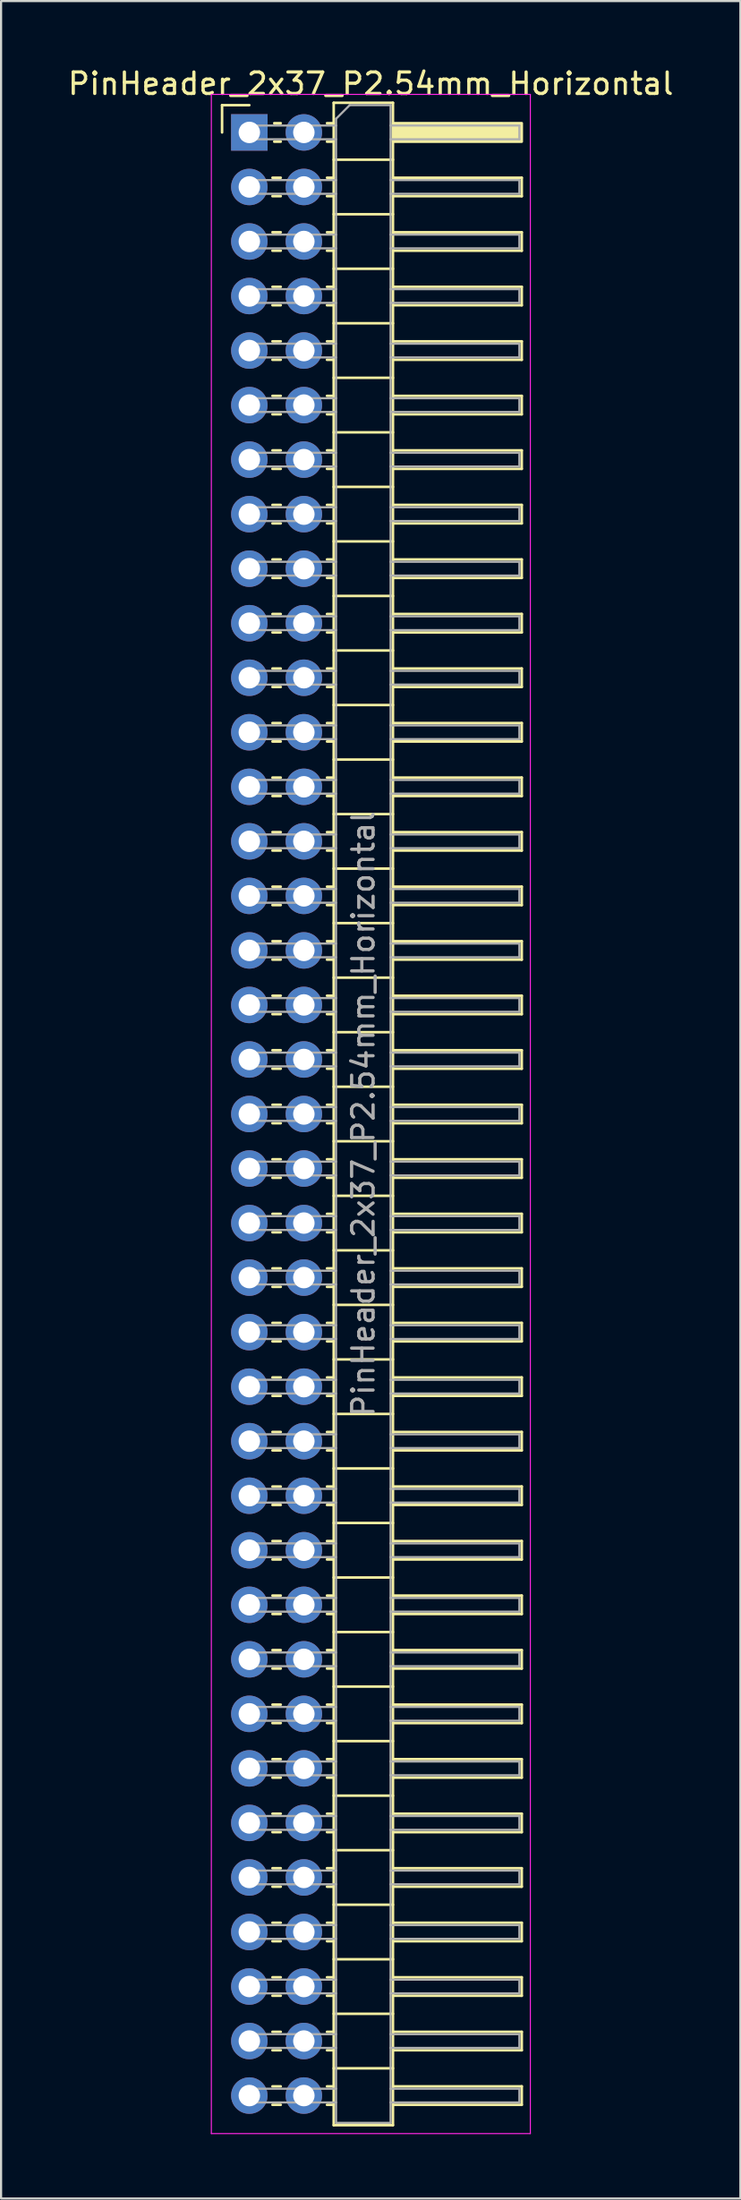
<source format=kicad_pcb>
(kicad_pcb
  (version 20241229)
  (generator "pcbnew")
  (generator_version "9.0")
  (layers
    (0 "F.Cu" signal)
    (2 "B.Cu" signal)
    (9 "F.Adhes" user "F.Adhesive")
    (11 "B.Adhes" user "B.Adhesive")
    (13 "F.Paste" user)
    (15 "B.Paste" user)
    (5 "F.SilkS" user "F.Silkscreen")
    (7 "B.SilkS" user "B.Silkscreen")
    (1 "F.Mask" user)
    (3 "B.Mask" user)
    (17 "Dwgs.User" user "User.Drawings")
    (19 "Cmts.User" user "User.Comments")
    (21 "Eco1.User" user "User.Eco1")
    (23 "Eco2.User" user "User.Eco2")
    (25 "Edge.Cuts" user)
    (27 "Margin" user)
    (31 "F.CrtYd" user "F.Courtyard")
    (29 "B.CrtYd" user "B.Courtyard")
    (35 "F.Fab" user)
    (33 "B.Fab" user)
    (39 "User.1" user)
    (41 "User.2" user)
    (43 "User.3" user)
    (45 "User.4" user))
  (footprint "PinHeader_2x37_P2.54mm_Horizontal"
    (layer "F.Cu")
    (at 8.565 3.118)
    (property "Reference" "PinHeader_2x37_P2.54mm_Horizontal" (at 5.655 -2.27 0) (layer "F.SilkS") (effects (font (size 1 1) (thickness 0.15))))
    (attr through_hole)
    (fp_line (start -1.27 -1.27) (end 0 -1.27) (stroke (width 0.12) (type solid)) (layer "F.SilkS"))
    (fp_line (start -1.27 0) (end -1.27 -1.27) (stroke (width 0.12) (type solid)) (layer "F.SilkS"))
    (fp_line (start 1.077 2.11) (end 1.463 2.11) (stroke (width 0.12) (type solid)) (layer "F.SilkS"))
    (fp_line (start 1.077 2.97) (end 1.463 2.97) (stroke (width 0.12) (type solid)) (layer "F.SilkS"))
    (fp_line (start 1.077 4.65) (end 1.463 4.65) (stroke (width 0.12) (type solid)) (layer "F.SilkS"))
    (fp_line (start 1.077 5.51) (end 1.463 5.51) (stroke (width 0.12) (type solid)) (layer "F.SilkS"))
    (fp_line (start 1.077 7.19) (end 1.463 7.19) (stroke (width 0.12) (type solid)) (layer "F.SilkS"))
    (fp_line (start 1.077 8.05) (end 1.463 8.05) (stroke (width 0.12) (type solid)) (layer "F.SilkS"))
    (fp_line (start 1.077 9.73) (end 1.463 9.73) (stroke (width 0.12) (type solid)) (layer "F.SilkS"))
    (fp_line (start 1.077 10.59) (end 1.463 10.59) (stroke (width 0.12) (type solid)) (layer "F.SilkS"))
    (fp_line (start 1.077 12.27) (end 1.463 12.27) (stroke (width 0.12) (type solid)) (layer "F.SilkS"))
    (fp_line (start 1.077 13.13) (end 1.463 13.13) (stroke (width 0.12) (type solid)) (layer "F.SilkS"))
    (fp_line (start 1.077 14.81) (end 1.463 14.81) (stroke (width 0.12) (type solid)) (layer "F.SilkS"))
    (fp_line (start 1.077 15.67) (end 1.463 15.67) (stroke (width 0.12) (type solid)) (layer "F.SilkS"))
    (fp_line (start 1.077 17.35) (end 1.463 17.35) (stroke (width 0.12) (type solid)) (layer "F.SilkS"))
    (fp_line (start 1.077 18.21) (end 1.463 18.21) (stroke (width 0.12) (type solid)) (layer "F.SilkS"))
    (fp_line (start 1.077 19.89) (end 1.463 19.89) (stroke (width 0.12) (type solid)) (layer "F.SilkS"))
    (fp_line (start 1.077 20.75) (end 1.463 20.75) (stroke (width 0.12) (type solid)) (layer "F.SilkS"))
    (fp_line (start 1.077 22.43) (end 1.463 22.43) (stroke (width 0.12) (type solid)) (layer "F.SilkS"))
    (fp_line (start 1.077 23.29) (end 1.463 23.29) (stroke (width 0.12) (type solid)) (layer "F.SilkS"))
    (fp_line (start 1.077 24.97) (end 1.463 24.97) (stroke (width 0.12) (type solid)) (layer "F.SilkS"))
    (fp_line (start 1.077 25.83) (end 1.463 25.83) (stroke (width 0.12) (type solid)) (layer "F.SilkS"))
    (fp_line (start 1.077 27.51) (end 1.463 27.51) (stroke (width 0.12) (type solid)) (layer "F.SilkS"))
    (fp_line (start 1.077 28.37) (end 1.463 28.37) (stroke (width 0.12) (type solid)) (layer "F.SilkS"))
    (fp_line (start 1.077 30.05) (end 1.463 30.05) (stroke (width 0.12) (type solid)) (layer "F.SilkS"))
    (fp_line (start 1.077 30.91) (end 1.463 30.91) (stroke (width 0.12) (type solid)) (layer "F.SilkS"))
    (fp_line (start 1.077 32.59) (end 1.463 32.59) (stroke (width 0.12) (type solid)) (layer "F.SilkS"))
    (fp_line (start 1.077 33.45) (end 1.463 33.45) (stroke (width 0.12) (type solid)) (layer "F.SilkS"))
    (fp_line (start 1.077 35.13) (end 1.463 35.13) (stroke (width 0.12) (type solid)) (layer "F.SilkS"))
    (fp_line (start 1.077 35.99) (end 1.463 35.99) (stroke (width 0.12) (type solid)) (layer "F.SilkS"))
    (fp_line (start 1.077 37.67) (end 1.463 37.67) (stroke (width 0.12) (type solid)) (layer "F.SilkS"))
    (fp_line (start 1.077 38.53) (end 1.463 38.53) (stroke (width 0.12) (type solid)) (layer "F.SilkS"))
    (fp_line (start 1.077 40.21) (end 1.463 40.21) (stroke (width 0.12) (type solid)) (layer "F.SilkS"))
    (fp_line (start 1.077 41.07) (end 1.463 41.07) (stroke (width 0.12) (type solid)) (layer "F.SilkS"))
    (fp_line (start 1.077 42.75) (end 1.463 42.75) (stroke (width 0.12) (type solid)) (layer "F.SilkS"))
    (fp_line (start 1.077 43.61) (end 1.463 43.61) (stroke (width 0.12) (type solid)) (layer "F.SilkS"))
    (fp_line (start 1.077 45.29) (end 1.463 45.29) (stroke (width 0.12) (type solid)) (layer "F.SilkS"))
    (fp_line (start 1.077 46.15) (end 1.463 46.15) (stroke (width 0.12) (type solid)) (layer "F.SilkS"))
    (fp_line (start 1.077 47.83) (end 1.463 47.83) (stroke (width 0.12) (type solid)) (layer "F.SilkS"))
    (fp_line (start 1.077 48.69) (end 1.463 48.69) (stroke (width 0.12) (type solid)) (layer "F.SilkS"))
    (fp_line (start 1.077 50.37) (end 1.463 50.37) (stroke (width 0.12) (type solid)) (layer "F.SilkS"))
    (fp_line (start 1.077 51.23) (end 1.463 51.23) (stroke (width 0.12) (type solid)) (layer "F.SilkS"))
    (fp_line (start 1.077 52.91) (end 1.463 52.91) (stroke (width 0.12) (type solid)) (layer "F.SilkS"))
    (fp_line (start 1.077 53.77) (end 1.463 53.77) (stroke (width 0.12) (type solid)) (layer "F.SilkS"))
    (fp_line (start 1.077 55.45) (end 1.463 55.45) (stroke (width 0.12) (type solid)) (layer "F.SilkS"))
    (fp_line (start 1.077 56.31) (end 1.463 56.31) (stroke (width 0.12) (type solid)) (layer "F.SilkS"))
    (fp_line (start 1.077 57.99) (end 1.463 57.99) (stroke (width 0.12) (type solid)) (layer "F.SilkS"))
    (fp_line (start 1.077 58.85) (end 1.463 58.85) (stroke (width 0.12) (type solid)) (layer "F.SilkS"))
    (fp_line (start 1.077 60.53) (end 1.463 60.53) (stroke (width 0.12) (type solid)) (layer "F.SilkS"))
    (fp_line (start 1.077 61.39) (end 1.463 61.39) (stroke (width 0.12) (type solid)) (layer "F.SilkS"))
    (fp_line (start 1.077 63.07) (end 1.463 63.07) (stroke (width 0.12) (type solid)) (layer "F.SilkS"))
    (fp_line (start 1.077 63.93) (end 1.463 63.93) (stroke (width 0.12) (type solid)) (layer "F.SilkS"))
    (fp_line (start 1.077 65.61) (end 1.463 65.61) (stroke (width 0.12) (type solid)) (layer "F.SilkS"))
    (fp_line (start 1.077 66.47) (end 1.463 66.47) (stroke (width 0.12) (type solid)) (layer "F.SilkS"))
    (fp_line (start 1.077 68.15) (end 1.463 68.15) (stroke (width 0.12) (type solid)) (layer "F.SilkS"))
    (fp_line (start 1.077 69.01) (end 1.463 69.01) (stroke (width 0.12) (type solid)) (layer "F.SilkS"))
    (fp_line (start 1.077 70.69) (end 1.463 70.69) (stroke (width 0.12) (type solid)) (layer "F.SilkS"))
    (fp_line (start 1.077 71.55) (end 1.463 71.55) (stroke (width 0.12) (type solid)) (layer "F.SilkS"))
    (fp_line (start 1.077 73.23) (end 1.463 73.23) (stroke (width 0.12) (type solid)) (layer "F.SilkS"))
    (fp_line (start 1.077 74.09) (end 1.463 74.09) (stroke (width 0.12) (type solid)) (layer "F.SilkS"))
    (fp_line (start 1.077 75.77) (end 1.463 75.77) (stroke (width 0.12) (type solid)) (layer "F.SilkS"))
    (fp_line (start 1.077 76.63) (end 1.463 76.63) (stroke (width 0.12) (type solid)) (layer "F.SilkS"))
    (fp_line (start 1.077 78.31) (end 1.463 78.31) (stroke (width 0.12) (type solid)) (layer "F.SilkS"))
    (fp_line (start 1.077 79.17) (end 1.463 79.17) (stroke (width 0.12) (type solid)) (layer "F.SilkS"))
    (fp_line (start 1.077 80.85) (end 1.463 80.85) (stroke (width 0.12) (type solid)) (layer "F.SilkS"))
    (fp_line (start 1.077 81.71) (end 1.463 81.71) (stroke (width 0.12) (type solid)) (layer "F.SilkS"))
    (fp_line (start 1.077 83.39) (end 1.463 83.39) (stroke (width 0.12) (type solid)) (layer "F.SilkS"))
    (fp_line (start 1.077 84.25) (end 1.463 84.25) (stroke (width 0.12) (type solid)) (layer "F.SilkS"))
    (fp_line (start 1.077 85.93) (end 1.463 85.93) (stroke (width 0.12) (type solid)) (layer "F.SilkS"))
    (fp_line (start 1.077 86.79) (end 1.463 86.79) (stroke (width 0.12) (type solid)) (layer "F.SilkS"))
    (fp_line (start 1.077 88.47) (end 1.463 88.47) (stroke (width 0.12) (type solid)) (layer "F.SilkS"))
    (fp_line (start 1.077 89.33) (end 1.463 89.33) (stroke (width 0.12) (type solid)) (layer "F.SilkS"))
    (fp_line (start 1.077 91.01) (end 1.463 91.01) (stroke (width 0.12) (type solid)) (layer "F.SilkS"))
    (fp_line (start 1.077 91.87) (end 1.463 91.87) (stroke (width 0.12) (type solid)) (layer "F.SilkS"))
    (fp_line (start 1.16 -0.43) (end 1.463 -0.43) (stroke (width 0.12) (type solid)) (layer "F.SilkS"))
    (fp_line (start 1.16 0.43) (end 1.463 0.43) (stroke (width 0.12) (type solid)) (layer "F.SilkS"))
    (fp_line (start 3.617 -0.43) (end 3.93 -0.43) (stroke (width 0.12) (type solid)) (layer "F.SilkS"))
    (fp_line (start 3.617 0.43) (end 3.93 0.43) (stroke (width 0.12) (type solid)) (layer "F.SilkS"))
    (fp_line (start 3.617 2.11) (end 3.93 2.11) (stroke (width 0.12) (type solid)) (layer "F.SilkS"))
    (fp_line (start 3.617 2.97) (end 3.93 2.97) (stroke (width 0.12) (type solid)) (layer "F.SilkS"))
    (fp_line (start 3.617 4.65) (end 3.93 4.65) (stroke (width 0.12) (type solid)) (layer "F.SilkS"))
    (fp_line (start 3.617 5.51) (end 3.93 5.51) (stroke (width 0.12) (type solid)) (layer "F.SilkS"))
    (fp_line (start 3.617 7.19) (end 3.93 7.19) (stroke (width 0.12) (type solid)) (layer "F.SilkS"))
    (fp_line (start 3.617 8.05) (end 3.93 8.05) (stroke (width 0.12) (type solid)) (layer "F.SilkS"))
    (fp_line (start 3.617 9.73) (end 3.93 9.73) (stroke (width 0.12) (type solid)) (layer "F.SilkS"))
    (fp_line (start 3.617 10.59) (end 3.93 10.59) (stroke (width 0.12) (type solid)) (layer "F.SilkS"))
    (fp_line (start 3.617 12.27) (end 3.93 12.27) (stroke (width 0.12) (type solid)) (layer "F.SilkS"))
    (fp_line (start 3.617 13.13) (end 3.93 13.13) (stroke (width 0.12) (type solid)) (layer "F.SilkS"))
    (fp_line (start 3.617 14.81) (end 3.93 14.81) (stroke (width 0.12) (type solid)) (layer "F.SilkS"))
    (fp_line (start 3.617 15.67) (end 3.93 15.67) (stroke (width 0.12) (type solid)) (layer "F.SilkS"))
    (fp_line (start 3.617 17.35) (end 3.93 17.35) (stroke (width 0.12) (type solid)) (layer "F.SilkS"))
    (fp_line (start 3.617 18.21) (end 3.93 18.21) (stroke (width 0.12) (type solid)) (layer "F.SilkS"))
    (fp_line (start 3.617 19.89) (end 3.93 19.89) (stroke (width 0.12) (type solid)) (layer "F.SilkS"))
    (fp_line (start 3.617 20.75) (end 3.93 20.75) (stroke (width 0.12) (type solid)) (layer "F.SilkS"))
    (fp_line (start 3.617 22.43) (end 3.93 22.43) (stroke (width 0.12) (type solid)) (layer "F.SilkS"))
    (fp_line (start 3.617 23.29) (end 3.93 23.29) (stroke (width 0.12) (type solid)) (layer "F.SilkS"))
    (fp_line (start 3.617 24.97) (end 3.93 24.97) (stroke (width 0.12) (type solid)) (layer "F.SilkS"))
    (fp_line (start 3.617 25.83) (end 3.93 25.83) (stroke (width 0.12) (type solid)) (layer "F.SilkS"))
    (fp_line (start 3.617 27.51) (end 3.93 27.51) (stroke (width 0.12) (type solid)) (layer "F.SilkS"))
    (fp_line (start 3.617 28.37) (end 3.93 28.37) (stroke (width 0.12) (type solid)) (layer "F.SilkS"))
    (fp_line (start 3.617 30.05) (end 3.93 30.05) (stroke (width 0.12) (type solid)) (layer "F.SilkS"))
    (fp_line (start 3.617 30.91) (end 3.93 30.91) (stroke (width 0.12) (type solid)) (layer "F.SilkS"))
    (fp_line (start 3.617 32.59) (end 3.93 32.59) (stroke (width 0.12) (type solid)) (layer "F.SilkS"))
    (fp_line (start 3.617 33.45) (end 3.93 33.45) (stroke (width 0.12) (type solid)) (layer "F.SilkS"))
    (fp_line (start 3.617 35.13) (end 3.93 35.13) (stroke (width 0.12) (type solid)) (layer "F.SilkS"))
    (fp_line (start 3.617 35.99) (end 3.93 35.99) (stroke (width 0.12) (type solid)) (layer "F.SilkS"))
    (fp_line (start 3.617 37.67) (end 3.93 37.67) (stroke (width 0.12) (type solid)) (layer "F.SilkS"))
    (fp_line (start 3.617 38.53) (end 3.93 38.53) (stroke (width 0.12) (type solid)) (layer "F.SilkS"))
    (fp_line (start 3.617 40.21) (end 3.93 40.21) (stroke (width 0.12) (type solid)) (layer "F.SilkS"))
    (fp_line (start 3.617 41.07) (end 3.93 41.07) (stroke (width 0.12) (type solid)) (layer "F.SilkS"))
    (fp_line (start 3.617 42.75) (end 3.93 42.75) (stroke (width 0.12) (type solid)) (layer "F.SilkS"))
    (fp_line (start 3.617 43.61) (end 3.93 43.61) (stroke (width 0.12) (type solid)) (layer "F.SilkS"))
    (fp_line (start 3.617 45.29) (end 3.93 45.29) (stroke (width 0.12) (type solid)) (layer "F.SilkS"))
    (fp_line (start 3.617 46.15) (end 3.93 46.15) (stroke (width 0.12) (type solid)) (layer "F.SilkS"))
    (fp_line (start 3.617 47.83) (end 3.93 47.83) (stroke (width 0.12) (type solid)) (layer "F.SilkS"))
    (fp_line (start 3.617 48.69) (end 3.93 48.69) (stroke (width 0.12) (type solid)) (layer "F.SilkS"))
    (fp_line (start 3.617 50.37) (end 3.93 50.37) (stroke (width 0.12) (type solid)) (layer "F.SilkS"))
    (fp_line (start 3.617 51.23) (end 3.93 51.23) (stroke (width 0.12) (type solid)) (layer "F.SilkS"))
    (fp_line (start 3.617 52.91) (end 3.93 52.91) (stroke (width 0.12) (type solid)) (layer "F.SilkS"))
    (fp_line (start 3.617 53.77) (end 3.93 53.77) (stroke (width 0.12) (type solid)) (layer "F.SilkS"))
    (fp_line (start 3.617 55.45) (end 3.93 55.45) (stroke (width 0.12) (type solid)) (layer "F.SilkS"))
    (fp_line (start 3.617 56.31) (end 3.93 56.31) (stroke (width 0.12) (type solid)) (layer "F.SilkS"))
    (fp_line (start 3.617 57.99) (end 3.93 57.99) (stroke (width 0.12) (type solid)) (layer "F.SilkS"))
    (fp_line (start 3.617 58.85) (end 3.93 58.85) (stroke (width 0.12) (type solid)) (layer "F.SilkS"))
    (fp_line (start 3.617 60.53) (end 3.93 60.53) (stroke (width 0.12) (type solid)) (layer "F.SilkS"))
    (fp_line (start 3.617 61.39) (end 3.93 61.39) (stroke (width 0.12) (type solid)) (layer "F.SilkS"))
    (fp_line (start 3.617 63.07) (end 3.93 63.07) (stroke (width 0.12) (type solid)) (layer "F.SilkS"))
    (fp_line (start 3.617 63.93) (end 3.93 63.93) (stroke (width 0.12) (type solid)) (layer "F.SilkS"))
    (fp_line (start 3.617 65.61) (end 3.93 65.61) (stroke (width 0.12) (type solid)) (layer "F.SilkS"))
    (fp_line (start 3.617 66.47) (end 3.93 66.47) (stroke (width 0.12) (type solid)) (layer "F.SilkS"))
    (fp_line (start 3.617 68.15) (end 3.93 68.15) (stroke (width 0.12) (type solid)) (layer "F.SilkS"))
    (fp_line (start 3.617 69.01) (end 3.93 69.01) (stroke (width 0.12) (type solid)) (layer "F.SilkS"))
    (fp_line (start 3.617 70.69) (end 3.93 70.69) (stroke (width 0.12) (type solid)) (layer "F.SilkS"))
    (fp_line (start 3.617 71.55) (end 3.93 71.55) (stroke (width 0.12) (type solid)) (layer "F.SilkS"))
    (fp_line (start 3.617 73.23) (end 3.93 73.23) (stroke (width 0.12) (type solid)) (layer "F.SilkS"))
    (fp_line (start 3.617 74.09) (end 3.93 74.09) (stroke (width 0.12) (type solid)) (layer "F.SilkS"))
    (fp_line (start 3.617 75.77) (end 3.93 75.77) (stroke (width 0.12) (type solid)) (layer "F.SilkS"))
    (fp_line (start 3.617 76.63) (end 3.93 76.63) (stroke (width 0.12) (type solid)) (layer "F.SilkS"))
    (fp_line (start 3.617 78.31) (end 3.93 78.31) (stroke (width 0.12) (type solid)) (layer "F.SilkS"))
    (fp_line (start 3.617 79.17) (end 3.93 79.17) (stroke (width 0.12) (type solid)) (layer "F.SilkS"))
    (fp_line (start 3.617 80.85) (end 3.93 80.85) (stroke (width 0.12) (type solid)) (layer "F.SilkS"))
    (fp_line (start 3.617 81.71) (end 3.93 81.71) (stroke (width 0.12) (type solid)) (layer "F.SilkS"))
    (fp_line (start 3.617 83.39) (end 3.93 83.39) (stroke (width 0.12) (type solid)) (layer "F.SilkS"))
    (fp_line (start 3.617 84.25) (end 3.93 84.25) (stroke (width 0.12) (type solid)) (layer "F.SilkS"))
    (fp_line (start 3.617 85.93) (end 3.93 85.93) (stroke (width 0.12) (type solid)) (layer "F.SilkS"))
    (fp_line (start 3.617 86.79) (end 3.93 86.79) (stroke (width 0.12) (type solid)) (layer "F.SilkS"))
    (fp_line (start 3.617 88.47) (end 3.93 88.47) (stroke (width 0.12) (type solid)) (layer "F.SilkS"))
    (fp_line (start 3.617 89.33) (end 3.93 89.33) (stroke (width 0.12) (type solid)) (layer "F.SilkS"))
    (fp_line (start 3.617 91.01) (end 3.93 91.01) (stroke (width 0.12) (type solid)) (layer "F.SilkS"))
    (fp_line (start 3.617 91.87) (end 3.93 91.87) (stroke (width 0.12) (type solid)) (layer "F.SilkS"))
    (fp_line (start 3.93 -1.38) (end 3.93 92.82) (stroke (width 0.12) (type solid)) (layer "F.SilkS"))
    (fp_line (start 3.93 1.27) (end 6.69 1.27) (stroke (width 0.12) (type solid)) (layer "F.SilkS"))
    (fp_line (start 3.93 3.81) (end 6.69 3.81) (stroke (width 0.12) (type solid)) (layer "F.SilkS"))
    (fp_line (start 3.93 6.35) (end 6.69 6.35) (stroke (width 0.12) (type solid)) (layer "F.SilkS"))
    (fp_line (start 3.93 8.89) (end 6.69 8.89) (stroke (width 0.12) (type solid)) (layer "F.SilkS"))
    (fp_line (start 3.93 11.43) (end 6.69 11.43) (stroke (width 0.12) (type solid)) (layer "F.SilkS"))
    (fp_line (start 3.93 13.97) (end 6.69 13.97) (stroke (width 0.12) (type solid)) (layer "F.SilkS"))
    (fp_line (start 3.93 16.51) (end 6.69 16.51) (stroke (width 0.12) (type solid)) (layer "F.SilkS"))
    (fp_line (start 3.93 19.05) (end 6.69 19.05) (stroke (width 0.12) (type solid)) (layer "F.SilkS"))
    (fp_line (start 3.93 21.59) (end 6.69 21.59) (stroke (width 0.12) (type solid)) (layer "F.SilkS"))
    (fp_line (start 3.93 24.13) (end 6.69 24.13) (stroke (width 0.12) (type solid)) (layer "F.SilkS"))
    (fp_line (start 3.93 26.67) (end 6.69 26.67) (stroke (width 0.12) (type solid)) (layer "F.SilkS"))
    (fp_line (start 3.93 29.21) (end 6.69 29.21) (stroke (width 0.12) (type solid)) (layer "F.SilkS"))
    (fp_line (start 3.93 31.75) (end 6.69 31.75) (stroke (width 0.12) (type solid)) (layer "F.SilkS"))
    (fp_line (start 3.93 34.29) (end 6.69 34.29) (stroke (width 0.12) (type solid)) (layer "F.SilkS"))
    (fp_line (start 3.93 36.83) (end 6.69 36.83) (stroke (width 0.12) (type solid)) (layer "F.SilkS"))
    (fp_line (start 3.93 39.37) (end 6.69 39.37) (stroke (width 0.12) (type solid)) (layer "F.SilkS"))
    (fp_line (start 3.93 41.91) (end 6.69 41.91) (stroke (width 0.12) (type solid)) (layer "F.SilkS"))
    (fp_line (start 3.93 44.45) (end 6.69 44.45) (stroke (width 0.12) (type solid)) (layer "F.SilkS"))
    (fp_line (start 3.93 46.99) (end 6.69 46.99) (stroke (width 0.12) (type solid)) (layer "F.SilkS"))
    (fp_line (start 3.93 49.53) (end 6.69 49.53) (stroke (width 0.12) (type solid)) (layer "F.SilkS"))
    (fp_line (start 3.93 52.07) (end 6.69 52.07) (stroke (width 0.12) (type solid)) (layer "F.SilkS"))
    (fp_line (start 3.93 54.61) (end 6.69 54.61) (stroke (width 0.12) (type solid)) (layer "F.SilkS"))
    (fp_line (start 3.93 57.15) (end 6.69 57.15) (stroke (width 0.12) (type solid)) (layer "F.SilkS"))
    (fp_line (start 3.93 59.69) (end 6.69 59.69) (stroke (width 0.12) (type solid)) (layer "F.SilkS"))
    (fp_line (start 3.93 62.23) (end 6.69 62.23) (stroke (width 0.12) (type solid)) (layer "F.SilkS"))
    (fp_line (start 3.93 64.77) (end 6.69 64.77) (stroke (width 0.12) (type solid)) (layer "F.SilkS"))
    (fp_line (start 3.93 67.31) (end 6.69 67.31) (stroke (width 0.12) (type solid)) (layer "F.SilkS"))
    (fp_line (start 3.93 69.85) (end 6.69 69.85) (stroke (width 0.12) (type solid)) (layer "F.SilkS"))
    (fp_line (start 3.93 72.39) (end 6.69 72.39) (stroke (width 0.12) (type solid)) (layer "F.SilkS"))
    (fp_line (start 3.93 74.93) (end 6.69 74.93) (stroke (width 0.12) (type solid)) (layer "F.SilkS"))
    (fp_line (start 3.93 77.47) (end 6.69 77.47) (stroke (width 0.12) (type solid)) (layer "F.SilkS"))
    (fp_line (start 3.93 80.01) (end 6.69 80.01) (stroke (width 0.12) (type solid)) (layer "F.SilkS"))
    (fp_line (start 3.93 82.55) (end 6.69 82.55) (stroke (width 0.12) (type solid)) (layer "F.SilkS"))
    (fp_line (start 3.93 85.09) (end 6.69 85.09) (stroke (width 0.12) (type solid)) (layer "F.SilkS"))
    (fp_line (start 3.93 87.63) (end 6.69 87.63) (stroke (width 0.12) (type solid)) (layer "F.SilkS"))
    (fp_line (start 3.93 90.17) (end 6.69 90.17) (stroke (width 0.12) (type solid)) (layer "F.SilkS"))
    (fp_line (start 3.93 92.82) (end 6.69 92.82) (stroke (width 0.12) (type solid)) (layer "F.SilkS"))
    (fp_line (start 6.69 -1.38) (end 3.93 -1.38) (stroke (width 0.12) (type solid)) (layer "F.SilkS"))
    (fp_line (start 6.69 2.11) (end 12.69 2.11) (stroke (width 0.12) (type solid)) (layer "F.SilkS"))
    (fp_line (start 6.69 4.65) (end 12.69 4.65) (stroke (width 0.12) (type solid)) (layer "F.SilkS"))
    (fp_line (start 6.69 7.19) (end 12.69 7.19) (stroke (width 0.12) (type solid)) (layer "F.SilkS"))
    (fp_line (start 6.69 9.73) (end 12.69 9.73) (stroke (width 0.12) (type solid)) (layer "F.SilkS"))
    (fp_line (start 6.69 12.27) (end 12.69 12.27) (stroke (width 0.12) (type solid)) (layer "F.SilkS"))
    (fp_line (start 6.69 14.81) (end 12.69 14.81) (stroke (width 0.12) (type solid)) (layer "F.SilkS"))
    (fp_line (start 6.69 17.35) (end 12.69 17.35) (stroke (width 0.12) (type solid)) (layer "F.SilkS"))
    (fp_line (start 6.69 19.89) (end 12.69 19.89) (stroke (width 0.12) (type solid)) (layer "F.SilkS"))
    (fp_line (start 6.69 22.43) (end 12.69 22.43) (stroke (width 0.12) (type solid)) (layer "F.SilkS"))
    (fp_line (start 6.69 24.97) (end 12.69 24.97) (stroke (width 0.12) (type solid)) (layer "F.SilkS"))
    (fp_line (start 6.69 27.51) (end 12.69 27.51) (stroke (width 0.12) (type solid)) (layer "F.SilkS"))
    (fp_line (start 6.69 30.05) (end 12.69 30.05) (stroke (width 0.12) (type solid)) (layer "F.SilkS"))
    (fp_line (start 6.69 32.59) (end 12.69 32.59) (stroke (width 0.12) (type solid)) (layer "F.SilkS"))
    (fp_line (start 6.69 35.13) (end 12.69 35.13) (stroke (width 0.12) (type solid)) (layer "F.SilkS"))
    (fp_line (start 6.69 37.67) (end 12.69 37.67) (stroke (width 0.12) (type solid)) (layer "F.SilkS"))
    (fp_line (start 6.69 40.21) (end 12.69 40.21) (stroke (width 0.12) (type solid)) (layer "F.SilkS"))
    (fp_line (start 6.69 42.75) (end 12.69 42.75) (stroke (width 0.12) (type solid)) (layer "F.SilkS"))
    (fp_line (start 6.69 45.29) (end 12.69 45.29) (stroke (width 0.12) (type solid)) (layer "F.SilkS"))
    (fp_line (start 6.69 47.83) (end 12.69 47.83) (stroke (width 0.12) (type solid)) (layer "F.SilkS"))
    (fp_line (start 6.69 50.37) (end 12.69 50.37) (stroke (width 0.12) (type solid)) (layer "F.SilkS"))
    (fp_line (start 6.69 52.91) (end 12.69 52.91) (stroke (width 0.12) (type solid)) (layer "F.SilkS"))
    (fp_line (start 6.69 55.45) (end 12.69 55.45) (stroke (width 0.12) (type solid)) (layer "F.SilkS"))
    (fp_line (start 6.69 57.99) (end 12.69 57.99) (stroke (width 0.12) (type solid)) (layer "F.SilkS"))
    (fp_line (start 6.69 60.53) (end 12.69 60.53) (stroke (width 0.12) (type solid)) (layer "F.SilkS"))
    (fp_line (start 6.69 63.07) (end 12.69 63.07) (stroke (width 0.12) (type solid)) (layer "F.SilkS"))
    (fp_line (start 6.69 65.61) (end 12.69 65.61) (stroke (width 0.12) (type solid)) (layer "F.SilkS"))
    (fp_line (start 6.69 68.15) (end 12.69 68.15) (stroke (width 0.12) (type solid)) (layer "F.SilkS"))
    (fp_line (start 6.69 70.69) (end 12.69 70.69) (stroke (width 0.12) (type solid)) (layer "F.SilkS"))
    (fp_line (start 6.69 73.23) (end 12.69 73.23) (stroke (width 0.12) (type solid)) (layer "F.SilkS"))
    (fp_line (start 6.69 75.77) (end 12.69 75.77) (stroke (width 0.12) (type solid)) (layer "F.SilkS"))
    (fp_line (start 6.69 78.31) (end 12.69 78.31) (stroke (width 0.12) (type solid)) (layer "F.SilkS"))
    (fp_line (start 6.69 80.85) (end 12.69 80.85) (stroke (width 0.12) (type solid)) (layer "F.SilkS"))
    (fp_line (start 6.69 83.39) (end 12.69 83.39) (stroke (width 0.12) (type solid)) (layer "F.SilkS"))
    (fp_line (start 6.69 85.93) (end 12.69 85.93) (stroke (width 0.12) (type solid)) (layer "F.SilkS"))
    (fp_line (start 6.69 88.47) (end 12.69 88.47) (stroke (width 0.12) (type solid)) (layer "F.SilkS"))
    (fp_line (start 6.69 91.01) (end 12.69 91.01) (stroke (width 0.12) (type solid)) (layer "F.SilkS"))
    (fp_line (start 6.69 92.82) (end 6.69 -1.38) (stroke (width 0.12) (type solid)) (layer "F.SilkS"))
    (fp_line (start 12.69 2.11) (end 12.69 2.97) (stroke (width 0.12) (type solid)) (layer "F.SilkS"))
    (fp_line (start 12.69 2.97) (end 6.69 2.97) (stroke (width 0.12) (type solid)) (layer "F.SilkS"))
    (fp_line (start 12.69 4.65) (end 12.69 5.51) (stroke (width 0.12) (type solid)) (layer "F.SilkS"))
    (fp_line (start 12.69 5.51) (end 6.69 5.51) (stroke (width 0.12) (type solid)) (layer "F.SilkS"))
    (fp_line (start 12.69 7.19) (end 12.69 8.05) (stroke (width 0.12) (type solid)) (layer "F.SilkS"))
    (fp_line (start 12.69 8.05) (end 6.69 8.05) (stroke (width 0.12) (type solid)) (layer "F.SilkS"))
    (fp_line (start 12.69 9.73) (end 12.69 10.59) (stroke (width 0.12) (type solid)) (layer "F.SilkS"))
    (fp_line (start 12.69 10.59) (end 6.69 10.59) (stroke (width 0.12) (type solid)) (layer "F.SilkS"))
    (fp_line (start 12.69 12.27) (end 12.69 13.13) (stroke (width 0.12) (type solid)) (layer "F.SilkS"))
    (fp_line (start 12.69 13.13) (end 6.69 13.13) (stroke (width 0.12) (type solid)) (layer "F.SilkS"))
    (fp_line (start 12.69 14.81) (end 12.69 15.67) (stroke (width 0.12) (type solid)) (layer "F.SilkS"))
    (fp_line (start 12.69 15.67) (end 6.69 15.67) (stroke (width 0.12) (type solid)) (layer "F.SilkS"))
    (fp_line (start 12.69 17.35) (end 12.69 18.21) (stroke (width 0.12) (type solid)) (layer "F.SilkS"))
    (fp_line (start 12.69 18.21) (end 6.69 18.21) (stroke (width 0.12) (type solid)) (layer "F.SilkS"))
    (fp_line (start 12.69 19.89) (end 12.69 20.75) (stroke (width 0.12) (type solid)) (layer "F.SilkS"))
    (fp_line (start 12.69 20.75) (end 6.69 20.75) (stroke (width 0.12) (type solid)) (layer "F.SilkS"))
    (fp_line (start 12.69 22.43) (end 12.69 23.29) (stroke (width 0.12) (type solid)) (layer "F.SilkS"))
    (fp_line (start 12.69 23.29) (end 6.69 23.29) (stroke (width 0.12) (type solid)) (layer "F.SilkS"))
    (fp_line (start 12.69 24.97) (end 12.69 25.83) (stroke (width 0.12) (type solid)) (layer "F.SilkS"))
    (fp_line (start 12.69 25.83) (end 6.69 25.83) (stroke (width 0.12) (type solid)) (layer "F.SilkS"))
    (fp_line (start 12.69 27.51) (end 12.69 28.37) (stroke (width 0.12) (type solid)) (layer "F.SilkS"))
    (fp_line (start 12.69 28.37) (end 6.69 28.37) (stroke (width 0.12) (type solid)) (layer "F.SilkS"))
    (fp_line (start 12.69 30.05) (end 12.69 30.91) (stroke (width 0.12) (type solid)) (layer "F.SilkS"))
    (fp_line (start 12.69 30.91) (end 6.69 30.91) (stroke (width 0.12) (type solid)) (layer "F.SilkS"))
    (fp_line (start 12.69 32.59) (end 12.69 33.45) (stroke (width 0.12) (type solid)) (layer "F.SilkS"))
    (fp_line (start 12.69 33.45) (end 6.69 33.45) (stroke (width 0.12) (type solid)) (layer "F.SilkS"))
    (fp_line (start 12.69 35.13) (end 12.69 35.99) (stroke (width 0.12) (type solid)) (layer "F.SilkS"))
    (fp_line (start 12.69 35.99) (end 6.69 35.99) (stroke (width 0.12) (type solid)) (layer "F.SilkS"))
    (fp_line (start 12.69 37.67) (end 12.69 38.53) (stroke (width 0.12) (type solid)) (layer "F.SilkS"))
    (fp_line (start 12.69 38.53) (end 6.69 38.53) (stroke (width 0.12) (type solid)) (layer "F.SilkS"))
    (fp_line (start 12.69 40.21) (end 12.69 41.07) (stroke (width 0.12) (type solid)) (layer "F.SilkS"))
    (fp_line (start 12.69 41.07) (end 6.69 41.07) (stroke (width 0.12) (type solid)) (layer "F.SilkS"))
    (fp_line (start 12.69 42.75) (end 12.69 43.61) (stroke (width 0.12) (type solid)) (layer "F.SilkS"))
    (fp_line (start 12.69 43.61) (end 6.69 43.61) (stroke (width 0.12) (type solid)) (layer "F.SilkS"))
    (fp_line (start 12.69 45.29) (end 12.69 46.15) (stroke (width 0.12) (type solid)) (layer "F.SilkS"))
    (fp_line (start 12.69 46.15) (end 6.69 46.15) (stroke (width 0.12) (type solid)) (layer "F.SilkS"))
    (fp_line (start 12.69 47.83) (end 12.69 48.69) (stroke (width 0.12) (type solid)) (layer "F.SilkS"))
    (fp_line (start 12.69 48.69) (end 6.69 48.69) (stroke (width 0.12) (type solid)) (layer "F.SilkS"))
    (fp_line (start 12.69 50.37) (end 12.69 51.23) (stroke (width 0.12) (type solid)) (layer "F.SilkS"))
    (fp_line (start 12.69 51.23) (end 6.69 51.23) (stroke (width 0.12) (type solid)) (layer "F.SilkS"))
    (fp_line (start 12.69 52.91) (end 12.69 53.77) (stroke (width 0.12) (type solid)) (layer "F.SilkS"))
    (fp_line (start 12.69 53.77) (end 6.69 53.77) (stroke (width 0.12) (type solid)) (layer "F.SilkS"))
    (fp_line (start 12.69 55.45) (end 12.69 56.31) (stroke (width 0.12) (type solid)) (layer "F.SilkS"))
    (fp_line (start 12.69 56.31) (end 6.69 56.31) (stroke (width 0.12) (type solid)) (layer "F.SilkS"))
    (fp_line (start 12.69 57.99) (end 12.69 58.85) (stroke (width 0.12) (type solid)) (layer "F.SilkS"))
    (fp_line (start 12.69 58.85) (end 6.69 58.85) (stroke (width 0.12) (type solid)) (layer "F.SilkS"))
    (fp_line (start 12.69 60.53) (end 12.69 61.39) (stroke (width 0.12) (type solid)) (layer "F.SilkS"))
    (fp_line (start 12.69 61.39) (end 6.69 61.39) (stroke (width 0.12) (type solid)) (layer "F.SilkS"))
    (fp_line (start 12.69 63.07) (end 12.69 63.93) (stroke (width 0.12) (type solid)) (layer "F.SilkS"))
    (fp_line (start 12.69 63.93) (end 6.69 63.93) (stroke (width 0.12) (type solid)) (layer "F.SilkS"))
    (fp_line (start 12.69 65.61) (end 12.69 66.47) (stroke (width 0.12) (type solid)) (layer "F.SilkS"))
    (fp_line (start 12.69 66.47) (end 6.69 66.47) (stroke (width 0.12) (type solid)) (layer "F.SilkS"))
    (fp_line (start 12.69 68.15) (end 12.69 69.01) (stroke (width 0.12) (type solid)) (layer "F.SilkS"))
    (fp_line (start 12.69 69.01) (end 6.69 69.01) (stroke (width 0.12) (type solid)) (layer "F.SilkS"))
    (fp_line (start 12.69 70.69) (end 12.69 71.55) (stroke (width 0.12) (type solid)) (layer "F.SilkS"))
    (fp_line (start 12.69 71.55) (end 6.69 71.55) (stroke (width 0.12) (type solid)) (layer "F.SilkS"))
    (fp_line (start 12.69 73.23) (end 12.69 74.09) (stroke (width 0.12) (type solid)) (layer "F.SilkS"))
    (fp_line (start 12.69 74.09) (end 6.69 74.09) (stroke (width 0.12) (type solid)) (layer "F.SilkS"))
    (fp_line (start 12.69 75.77) (end 12.69 76.63) (stroke (width 0.12) (type solid)) (layer "F.SilkS"))
    (fp_line (start 12.69 76.63) (end 6.69 76.63) (stroke (width 0.12) (type solid)) (layer "F.SilkS"))
    (fp_line (start 12.69 78.31) (end 12.69 79.17) (stroke (width 0.12) (type solid)) (layer "F.SilkS"))
    (fp_line (start 12.69 79.17) (end 6.69 79.17) (stroke (width 0.12) (type solid)) (layer "F.SilkS"))
    (fp_line (start 12.69 80.85) (end 12.69 81.71) (stroke (width 0.12) (type solid)) (layer "F.SilkS"))
    (fp_line (start 12.69 81.71) (end 6.69 81.71) (stroke (width 0.12) (type solid)) (layer "F.SilkS"))
    (fp_line (start 12.69 83.39) (end 12.69 84.25) (stroke (width 0.12) (type solid)) (layer "F.SilkS"))
    (fp_line (start 12.69 84.25) (end 6.69 84.25) (stroke (width 0.12) (type solid)) (layer "F.SilkS"))
    (fp_line (start 12.69 85.93) (end 12.69 86.79) (stroke (width 0.12) (type solid)) (layer "F.SilkS"))
    (fp_line (start 12.69 86.79) (end 6.69 86.79) (stroke (width 0.12) (type solid)) (layer "F.SilkS"))
    (fp_line (start 12.69 88.47) (end 12.69 89.33) (stroke (width 0.12) (type solid)) (layer "F.SilkS"))
    (fp_line (start 12.69 89.33) (end 6.69 89.33) (stroke (width 0.12) (type solid)) (layer "F.SilkS"))
    (fp_line (start 12.69 91.01) (end 12.69 91.87) (stroke (width 0.12) (type solid)) (layer "F.SilkS"))
    (fp_line (start 12.69 91.87) (end 6.69 91.87) (stroke (width 0.12) (type solid)) (layer "F.SilkS"))
    (fp_rect (start 6.69 -0.43) (end 12.69 0.43) (stroke (width 0.12) (type solid)) (fill yes) (layer "F.SilkS"))
    (fp_line (start -1.77 -1.77) (end -1.77 93.21) (stroke (width 0.05) (type solid)) (layer "F.CrtYd"))
    (fp_line (start -1.77 93.21) (end 13.09 93.21) (stroke (width 0.05) (type solid)) (layer "F.CrtYd"))
    (fp_line (start 13.09 -1.77) (end -1.77 -1.77) (stroke (width 0.05) (type solid)) (layer "F.CrtYd"))
    (fp_line (start 13.09 93.21) (end 13.09 -1.77) (stroke (width 0.05) (type solid)) (layer "F.CrtYd"))
    (fp_line (start -0.32 -0.32) (end -0.32 0.32) (stroke (width 0.1) (type solid)) (layer "F.Fab"))
    (fp_line (start -0.32 -0.32) (end 4.04 -0.32) (stroke (width 0.1) (type solid)) (layer "F.Fab"))
    (fp_line (start -0.32 0.32) (end 4.04 0.32) (stroke (width 0.1) (type solid)) (layer "F.Fab"))
    (fp_line (start -0.32 2.22) (end -0.32 2.86) (stroke (width 0.1) (type solid)) (layer "F.Fab"))
    (fp_line (start -0.32 2.22) (end 4.04 2.22) (stroke (width 0.1) (type solid)) (layer "F.Fab"))
    (fp_line (start -0.32 2.86) (end 4.04 2.86) (stroke (width 0.1) (type solid)) (layer "F.Fab"))
    (fp_line (start -0.32 4.76) (end -0.32 5.4) (stroke (width 0.1) (type solid)) (layer "F.Fab"))
    (fp_line (start -0.32 4.76) (end 4.04 4.76) (stroke (width 0.1) (type solid)) (layer "F.Fab"))
    (fp_line (start -0.32 5.4) (end 4.04 5.4) (stroke (width 0.1) (type solid)) (layer "F.Fab"))
    (fp_line (start -0.32 7.3) (end -0.32 7.94) (stroke (width 0.1) (type solid)) (layer "F.Fab"))
    (fp_line (start -0.32 7.3) (end 4.04 7.3) (stroke (width 0.1) (type solid)) (layer "F.Fab"))
    (fp_line (start -0.32 7.94) (end 4.04 7.94) (stroke (width 0.1) (type solid)) (layer "F.Fab"))
    (fp_line (start -0.32 9.84) (end -0.32 10.48) (stroke (width 0.1) (type solid)) (layer "F.Fab"))
    (fp_line (start -0.32 9.84) (end 4.04 9.84) (stroke (width 0.1) (type solid)) (layer "F.Fab"))
    (fp_line (start -0.32 10.48) (end 4.04 10.48) (stroke (width 0.1) (type solid)) (layer "F.Fab"))
    (fp_line (start -0.32 12.38) (end -0.32 13.02) (stroke (width 0.1) (type solid)) (layer "F.Fab"))
    (fp_line (start -0.32 12.38) (end 4.04 12.38) (stroke (width 0.1) (type solid)) (layer "F.Fab"))
    (fp_line (start -0.32 13.02) (end 4.04 13.02) (stroke (width 0.1) (type solid)) (layer "F.Fab"))
    (fp_line (start -0.32 14.92) (end -0.32 15.56) (stroke (width 0.1) (type solid)) (layer "F.Fab"))
    (fp_line (start -0.32 14.92) (end 4.04 14.92) (stroke (width 0.1) (type solid)) (layer "F.Fab"))
    (fp_line (start -0.32 15.56) (end 4.04 15.56) (stroke (width 0.1) (type solid)) (layer "F.Fab"))
    (fp_line (start -0.32 17.46) (end -0.32 18.1) (stroke (width 0.1) (type solid)) (layer "F.Fab"))
    (fp_line (start -0.32 17.46) (end 4.04 17.46) (stroke (width 0.1) (type solid)) (layer "F.Fab"))
    (fp_line (start -0.32 18.1) (end 4.04 18.1) (stroke (width 0.1) (type solid)) (layer "F.Fab"))
    (fp_line (start -0.32 20) (end -0.32 20.64) (stroke (width 0.1) (type solid)) (layer "F.Fab"))
    (fp_line (start -0.32 20) (end 4.04 20) (stroke (width 0.1) (type solid)) (layer "F.Fab"))
    (fp_line (start -0.32 20.64) (end 4.04 20.64) (stroke (width 0.1) (type solid)) (layer "F.Fab"))
    (fp_line (start -0.32 22.54) (end -0.32 23.18) (stroke (width 0.1) (type solid)) (layer "F.Fab"))
    (fp_line (start -0.32 22.54) (end 4.04 22.54) (stroke (width 0.1) (type solid)) (layer "F.Fab"))
    (fp_line (start -0.32 23.18) (end 4.04 23.18) (stroke (width 0.1) (type solid)) (layer "F.Fab"))
    (fp_line (start -0.32 25.08) (end -0.32 25.72) (stroke (width 0.1) (type solid)) (layer "F.Fab"))
    (fp_line (start -0.32 25.08) (end 4.04 25.08) (stroke (width 0.1) (type solid)) (layer "F.Fab"))
    (fp_line (start -0.32 25.72) (end 4.04 25.72) (stroke (width 0.1) (type solid)) (layer "F.Fab"))
    (fp_line (start -0.32 27.62) (end -0.32 28.26) (stroke (width 0.1) (type solid)) (layer "F.Fab"))
    (fp_line (start -0.32 27.62) (end 4.04 27.62) (stroke (width 0.1) (type solid)) (layer "F.Fab"))
    (fp_line (start -0.32 28.26) (end 4.04 28.26) (stroke (width 0.1) (type solid)) (layer "F.Fab"))
    (fp_line (start -0.32 30.16) (end -0.32 30.8) (stroke (width 0.1) (type solid)) (layer "F.Fab"))
    (fp_line (start -0.32 30.16) (end 4.04 30.16) (stroke (width 0.1) (type solid)) (layer "F.Fab"))
    (fp_line (start -0.32 30.8) (end 4.04 30.8) (stroke (width 0.1) (type solid)) (layer "F.Fab"))
    (fp_line (start -0.32 32.7) (end -0.32 33.34) (stroke (width 0.1) (type solid)) (layer "F.Fab"))
    (fp_line (start -0.32 32.7) (end 4.04 32.7) (stroke (width 0.1) (type solid)) (layer "F.Fab"))
    (fp_line (start -0.32 33.34) (end 4.04 33.34) (stroke (width 0.1) (type solid)) (layer "F.Fab"))
    (fp_line (start -0.32 35.24) (end -0.32 35.88) (stroke (width 0.1) (type solid)) (layer "F.Fab"))
    (fp_line (start -0.32 35.24) (end 4.04 35.24) (stroke (width 0.1) (type solid)) (layer "F.Fab"))
    (fp_line (start -0.32 35.88) (end 4.04 35.88) (stroke (width 0.1) (type solid)) (layer "F.Fab"))
    (fp_line (start -0.32 37.78) (end -0.32 38.42) (stroke (width 0.1) (type solid)) (layer "F.Fab"))
    (fp_line (start -0.32 37.78) (end 4.04 37.78) (stroke (width 0.1) (type solid)) (layer "F.Fab"))
    (fp_line (start -0.32 38.42) (end 4.04 38.42) (stroke (width 0.1) (type solid)) (layer "F.Fab"))
    (fp_line (start -0.32 40.32) (end -0.32 40.96) (stroke (width 0.1) (type solid)) (layer "F.Fab"))
    (fp_line (start -0.32 40.32) (end 4.04 40.32) (stroke (width 0.1) (type solid)) (layer "F.Fab"))
    (fp_line (start -0.32 40.96) (end 4.04 40.96) (stroke (width 0.1) (type solid)) (layer "F.Fab"))
    (fp_line (start -0.32 42.86) (end -0.32 43.5) (stroke (width 0.1) (type solid)) (layer "F.Fab"))
    (fp_line (start -0.32 42.86) (end 4.04 42.86) (stroke (width 0.1) (type solid)) (layer "F.Fab"))
    (fp_line (start -0.32 43.5) (end 4.04 43.5) (stroke (width 0.1) (type solid)) (layer "F.Fab"))
    (fp_line (start -0.32 45.4) (end -0.32 46.04) (stroke (width 0.1) (type solid)) (layer "F.Fab"))
    (fp_line (start -0.32 45.4) (end 4.04 45.4) (stroke (width 0.1) (type solid)) (layer "F.Fab"))
    (fp_line (start -0.32 46.04) (end 4.04 46.04) (stroke (width 0.1) (type solid)) (layer "F.Fab"))
    (fp_line (start -0.32 47.94) (end -0.32 48.58) (stroke (width 0.1) (type solid)) (layer "F.Fab"))
    (fp_line (start -0.32 47.94) (end 4.04 47.94) (stroke (width 0.1) (type solid)) (layer "F.Fab"))
    (fp_line (start -0.32 48.58) (end 4.04 48.58) (stroke (width 0.1) (type solid)) (layer "F.Fab"))
    (fp_line (start -0.32 50.48) (end -0.32 51.12) (stroke (width 0.1) (type solid)) (layer "F.Fab"))
    (fp_line (start -0.32 50.48) (end 4.04 50.48) (stroke (width 0.1) (type solid)) (layer "F.Fab"))
    (fp_line (start -0.32 51.12) (end 4.04 51.12) (stroke (width 0.1) (type solid)) (layer "F.Fab"))
    (fp_line (start -0.32 53.02) (end -0.32 53.66) (stroke (width 0.1) (type solid)) (layer "F.Fab"))
    (fp_line (start -0.32 53.02) (end 4.04 53.02) (stroke (width 0.1) (type solid)) (layer "F.Fab"))
    (fp_line (start -0.32 53.66) (end 4.04 53.66) (stroke (width 0.1) (type solid)) (layer "F.Fab"))
    (fp_line (start -0.32 55.56) (end -0.32 56.2) (stroke (width 0.1) (type solid)) (layer "F.Fab"))
    (fp_line (start -0.32 55.56) (end 4.04 55.56) (stroke (width 0.1) (type solid)) (layer "F.Fab"))
    (fp_line (start -0.32 56.2) (end 4.04 56.2) (stroke (width 0.1) (type solid)) (layer "F.Fab"))
    (fp_line (start -0.32 58.1) (end -0.32 58.74) (stroke (width 0.1) (type solid)) (layer "F.Fab"))
    (fp_line (start -0.32 58.1) (end 4.04 58.1) (stroke (width 0.1) (type solid)) (layer "F.Fab"))
    (fp_line (start -0.32 58.74) (end 4.04 58.74) (stroke (width 0.1) (type solid)) (layer "F.Fab"))
    (fp_line (start -0.32 60.64) (end -0.32 61.28) (stroke (width 0.1) (type solid)) (layer "F.Fab"))
    (fp_line (start -0.32 60.64) (end 4.04 60.64) (stroke (width 0.1) (type solid)) (layer "F.Fab"))
    (fp_line (start -0.32 61.28) (end 4.04 61.28) (stroke (width 0.1) (type solid)) (layer "F.Fab"))
    (fp_line (start -0.32 63.18) (end -0.32 63.82) (stroke (width 0.1) (type solid)) (layer "F.Fab"))
    (fp_line (start -0.32 63.18) (end 4.04 63.18) (stroke (width 0.1) (type solid)) (layer "F.Fab"))
    (fp_line (start -0.32 63.82) (end 4.04 63.82) (stroke (width 0.1) (type solid)) (layer "F.Fab"))
    (fp_line (start -0.32 65.72) (end -0.32 66.36) (stroke (width 0.1) (type solid)) (layer "F.Fab"))
    (fp_line (start -0.32 65.72) (end 4.04 65.72) (stroke (width 0.1) (type solid)) (layer "F.Fab"))
    (fp_line (start -0.32 66.36) (end 4.04 66.36) (stroke (width 0.1) (type solid)) (layer "F.Fab"))
    (fp_line (start -0.32 68.26) (end -0.32 68.9) (stroke (width 0.1) (type solid)) (layer "F.Fab"))
    (fp_line (start -0.32 68.26) (end 4.04 68.26) (stroke (width 0.1) (type solid)) (layer "F.Fab"))
    (fp_line (start -0.32 68.9) (end 4.04 68.9) (stroke (width 0.1) (type solid)) (layer "F.Fab"))
    (fp_line (start -0.32 70.8) (end -0.32 71.44) (stroke (width 0.1) (type solid)) (layer "F.Fab"))
    (fp_line (start -0.32 70.8) (end 4.04 70.8) (stroke (width 0.1) (type solid)) (layer "F.Fab"))
    (fp_line (start -0.32 71.44) (end 4.04 71.44) (stroke (width 0.1) (type solid)) (layer "F.Fab"))
    (fp_line (start -0.32 73.34) (end -0.32 73.98) (stroke (width 0.1) (type solid)) (layer "F.Fab"))
    (fp_line (start -0.32 73.34) (end 4.04 73.34) (stroke (width 0.1) (type solid)) (layer "F.Fab"))
    (fp_line (start -0.32 73.98) (end 4.04 73.98) (stroke (width 0.1) (type solid)) (layer "F.Fab"))
    (fp_line (start -0.32 75.88) (end -0.32 76.52) (stroke (width 0.1) (type solid)) (layer "F.Fab"))
    (fp_line (start -0.32 75.88) (end 4.04 75.88) (stroke (width 0.1) (type solid)) (layer "F.Fab"))
    (fp_line (start -0.32 76.52) (end 4.04 76.52) (stroke (width 0.1) (type solid)) (layer "F.Fab"))
    (fp_line (start -0.32 78.42) (end -0.32 79.06) (stroke (width 0.1) (type solid)) (layer "F.Fab"))
    (fp_line (start -0.32 78.42) (end 4.04 78.42) (stroke (width 0.1) (type solid)) (layer "F.Fab"))
    (fp_line (start -0.32 79.06) (end 4.04 79.06) (stroke (width 0.1) (type solid)) (layer "F.Fab"))
    (fp_line (start -0.32 80.96) (end -0.32 81.6) (stroke (width 0.1) (type solid)) (layer "F.Fab"))
    (fp_line (start -0.32 80.96) (end 4.04 80.96) (stroke (width 0.1) (type solid)) (layer "F.Fab"))
    (fp_line (start -0.32 81.6) (end 4.04 81.6) (stroke (width 0.1) (type solid)) (layer "F.Fab"))
    (fp_line (start -0.32 83.5) (end -0.32 84.14) (stroke (width 0.1) (type solid)) (layer "F.Fab"))
    (fp_line (start -0.32 83.5) (end 4.04 83.5) (stroke (width 0.1) (type solid)) (layer "F.Fab"))
    (fp_line (start -0.32 84.14) (end 4.04 84.14) (stroke (width 0.1) (type solid)) (layer "F.Fab"))
    (fp_line (start -0.32 86.04) (end -0.32 86.68) (stroke (width 0.1) (type solid)) (layer "F.Fab"))
    (fp_line (start -0.32 86.04) (end 4.04 86.04) (stroke (width 0.1) (type solid)) (layer "F.Fab"))
    (fp_line (start -0.32 86.68) (end 4.04 86.68) (stroke (width 0.1) (type solid)) (layer "F.Fab"))
    (fp_line (start -0.32 88.58) (end -0.32 89.22) (stroke (width 0.1) (type solid)) (layer "F.Fab"))
    (fp_line (start -0.32 88.58) (end 4.04 88.58) (stroke (width 0.1) (type solid)) (layer "F.Fab"))
    (fp_line (start -0.32 89.22) (end 4.04 89.22) (stroke (width 0.1) (type solid)) (layer "F.Fab"))
    (fp_line (start -0.32 91.12) (end -0.32 91.76) (stroke (width 0.1) (type solid)) (layer "F.Fab"))
    (fp_line (start -0.32 91.12) (end 4.04 91.12) (stroke (width 0.1) (type solid)) (layer "F.Fab"))
    (fp_line (start -0.32 91.76) (end 4.04 91.76) (stroke (width 0.1) (type solid)) (layer "F.Fab"))
    (fp_line (start 4.04 -0.635) (end 4.675 -1.27) (stroke (width 0.1) (type solid)) (layer "F.Fab"))
    (fp_line (start 4.04 92.71) (end 4.04 -0.635) (stroke (width 0.1) (type solid)) (layer "F.Fab"))
    (fp_line (start 4.675 -1.27) (end 6.58 -1.27) (stroke (width 0.1) (type solid)) (layer "F.Fab"))
    (fp_line (start 6.58 -1.27) (end 6.58 92.71) (stroke (width 0.1) (type solid)) (layer "F.Fab"))
    (fp_line (start 6.58 -0.32) (end 12.58 -0.32) (stroke (width 0.1) (type solid)) (layer "F.Fab"))
    (fp_line (start 6.58 0.32) (end 12.58 0.32) (stroke (width 0.1) (type solid)) (layer "F.Fab"))
    (fp_line (start 6.58 2.22) (end 12.58 2.22) (stroke (width 0.1) (type solid)) (layer "F.Fab"))
    (fp_line (start 6.58 2.86) (end 12.58 2.86) (stroke (width 0.1) (type solid)) (layer "F.Fab"))
    (fp_line (start 6.58 4.76) (end 12.58 4.76) (stroke (width 0.1) (type solid)) (layer "F.Fab"))
    (fp_line (start 6.58 5.4) (end 12.58 5.4) (stroke (width 0.1) (type solid)) (layer "F.Fab"))
    (fp_line (start 6.58 7.3) (end 12.58 7.3) (stroke (width 0.1) (type solid)) (layer "F.Fab"))
    (fp_line (start 6.58 7.94) (end 12.58 7.94) (stroke (width 0.1) (type solid)) (layer "F.Fab"))
    (fp_line (start 6.58 9.84) (end 12.58 9.84) (stroke (width 0.1) (type solid)) (layer "F.Fab"))
    (fp_line (start 6.58 10.48) (end 12.58 10.48) (stroke (width 0.1) (type solid)) (layer "F.Fab"))
    (fp_line (start 6.58 12.38) (end 12.58 12.38) (stroke (width 0.1) (type solid)) (layer "F.Fab"))
    (fp_line (start 6.58 13.02) (end 12.58 13.02) (stroke (width 0.1) (type solid)) (layer "F.Fab"))
    (fp_line (start 6.58 14.92) (end 12.58 14.92) (stroke (width 0.1) (type solid)) (layer "F.Fab"))
    (fp_line (start 6.58 15.56) (end 12.58 15.56) (stroke (width 0.1) (type solid)) (layer "F.Fab"))
    (fp_line (start 6.58 17.46) (end 12.58 17.46) (stroke (width 0.1) (type solid)) (layer "F.Fab"))
    (fp_line (start 6.58 18.1) (end 12.58 18.1) (stroke (width 0.1) (type solid)) (layer "F.Fab"))
    (fp_line (start 6.58 20) (end 12.58 20) (stroke (width 0.1) (type solid)) (layer "F.Fab"))
    (fp_line (start 6.58 20.64) (end 12.58 20.64) (stroke (width 0.1) (type solid)) (layer "F.Fab"))
    (fp_line (start 6.58 22.54) (end 12.58 22.54) (stroke (width 0.1) (type solid)) (layer "F.Fab"))
    (fp_line (start 6.58 23.18) (end 12.58 23.18) (stroke (width 0.1) (type solid)) (layer "F.Fab"))
    (fp_line (start 6.58 25.08) (end 12.58 25.08) (stroke (width 0.1) (type solid)) (layer "F.Fab"))
    (fp_line (start 6.58 25.72) (end 12.58 25.72) (stroke (width 0.1) (type solid)) (layer "F.Fab"))
    (fp_line (start 6.58 27.62) (end 12.58 27.62) (stroke (width 0.1) (type solid)) (layer "F.Fab"))
    (fp_line (start 6.58 28.26) (end 12.58 28.26) (stroke (width 0.1) (type solid)) (layer "F.Fab"))
    (fp_line (start 6.58 30.16) (end 12.58 30.16) (stroke (width 0.1) (type solid)) (layer "F.Fab"))
    (fp_line (start 6.58 30.8) (end 12.58 30.8) (stroke (width 0.1) (type solid)) (layer "F.Fab"))
    (fp_line (start 6.58 32.7) (end 12.58 32.7) (stroke (width 0.1) (type solid)) (layer "F.Fab"))
    (fp_line (start 6.58 33.34) (end 12.58 33.34) (stroke (width 0.1) (type solid)) (layer "F.Fab"))
    (fp_line (start 6.58 35.24) (end 12.58 35.24) (stroke (width 0.1) (type solid)) (layer "F.Fab"))
    (fp_line (start 6.58 35.88) (end 12.58 35.88) (stroke (width 0.1) (type solid)) (layer "F.Fab"))
    (fp_line (start 6.58 37.78) (end 12.58 37.78) (stroke (width 0.1) (type solid)) (layer "F.Fab"))
    (fp_line (start 6.58 38.42) (end 12.58 38.42) (stroke (width 0.1) (type solid)) (layer "F.Fab"))
    (fp_line (start 6.58 40.32) (end 12.58 40.32) (stroke (width 0.1) (type solid)) (layer "F.Fab"))
    (fp_line (start 6.58 40.96) (end 12.58 40.96) (stroke (width 0.1) (type solid)) (layer "F.Fab"))
    (fp_line (start 6.58 42.86) (end 12.58 42.86) (stroke (width 0.1) (type solid)) (layer "F.Fab"))
    (fp_line (start 6.58 43.5) (end 12.58 43.5) (stroke (width 0.1) (type solid)) (layer "F.Fab"))
    (fp_line (start 6.58 45.4) (end 12.58 45.4) (stroke (width 0.1) (type solid)) (layer "F.Fab"))
    (fp_line (start 6.58 46.04) (end 12.58 46.04) (stroke (width 0.1) (type solid)) (layer "F.Fab"))
    (fp_line (start 6.58 47.94) (end 12.58 47.94) (stroke (width 0.1) (type solid)) (layer "F.Fab"))
    (fp_line (start 6.58 48.58) (end 12.58 48.58) (stroke (width 0.1) (type solid)) (layer "F.Fab"))
    (fp_line (start 6.58 50.48) (end 12.58 50.48) (stroke (width 0.1) (type solid)) (layer "F.Fab"))
    (fp_line (start 6.58 51.12) (end 12.58 51.12) (stroke (width 0.1) (type solid)) (layer "F.Fab"))
    (fp_line (start 6.58 53.02) (end 12.58 53.02) (stroke (width 0.1) (type solid)) (layer "F.Fab"))
    (fp_line (start 6.58 53.66) (end 12.58 53.66) (stroke (width 0.1) (type solid)) (layer "F.Fab"))
    (fp_line (start 6.58 55.56) (end 12.58 55.56) (stroke (width 0.1) (type solid)) (layer "F.Fab"))
    (fp_line (start 6.58 56.2) (end 12.58 56.2) (stroke (width 0.1) (type solid)) (layer "F.Fab"))
    (fp_line (start 6.58 58.1) (end 12.58 58.1) (stroke (width 0.1) (type solid)) (layer "F.Fab"))
    (fp_line (start 6.58 58.74) (end 12.58 58.74) (stroke (width 0.1) (type solid)) (layer "F.Fab"))
    (fp_line (start 6.58 60.64) (end 12.58 60.64) (stroke (width 0.1) (type solid)) (layer "F.Fab"))
    (fp_line (start 6.58 61.28) (end 12.58 61.28) (stroke (width 0.1) (type solid)) (layer "F.Fab"))
    (fp_line (start 6.58 63.18) (end 12.58 63.18) (stroke (width 0.1) (type solid)) (layer "F.Fab"))
    (fp_line (start 6.58 63.82) (end 12.58 63.82) (stroke (width 0.1) (type solid)) (layer "F.Fab"))
    (fp_line (start 6.58 65.72) (end 12.58 65.72) (stroke (width 0.1) (type solid)) (layer "F.Fab"))
    (fp_line (start 6.58 66.36) (end 12.58 66.36) (stroke (width 0.1) (type solid)) (layer "F.Fab"))
    (fp_line (start 6.58 68.26) (end 12.58 68.26) (stroke (width 0.1) (type solid)) (layer "F.Fab"))
    (fp_line (start 6.58 68.9) (end 12.58 68.9) (stroke (width 0.1) (type solid)) (layer "F.Fab"))
    (fp_line (start 6.58 70.8) (end 12.58 70.8) (stroke (width 0.1) (type solid)) (layer "F.Fab"))
    (fp_line (start 6.58 71.44) (end 12.58 71.44) (stroke (width 0.1) (type solid)) (layer "F.Fab"))
    (fp_line (start 6.58 73.34) (end 12.58 73.34) (stroke (width 0.1) (type solid)) (layer "F.Fab"))
    (fp_line (start 6.58 73.98) (end 12.58 73.98) (stroke (width 0.1) (type solid)) (layer "F.Fab"))
    (fp_line (start 6.58 75.88) (end 12.58 75.88) (stroke (width 0.1) (type solid)) (layer "F.Fab"))
    (fp_line (start 6.58 76.52) (end 12.58 76.52) (stroke (width 0.1) (type solid)) (layer "F.Fab"))
    (fp_line (start 6.58 78.42) (end 12.58 78.42) (stroke (width 0.1) (type solid)) (layer "F.Fab"))
    (fp_line (start 6.58 79.06) (end 12.58 79.06) (stroke (width 0.1) (type solid)) (layer "F.Fab"))
    (fp_line (start 6.58 80.96) (end 12.58 80.96) (stroke (width 0.1) (type solid)) (layer "F.Fab"))
    (fp_line (start 6.58 81.6) (end 12.58 81.6) (stroke (width 0.1) (type solid)) (layer "F.Fab"))
    (fp_line (start 6.58 83.5) (end 12.58 83.5) (stroke (width 0.1) (type solid)) (layer "F.Fab"))
    (fp_line (start 6.58 84.14) (end 12.58 84.14) (stroke (width 0.1) (type solid)) (layer "F.Fab"))
    (fp_line (start 6.58 86.04) (end 12.58 86.04) (stroke (width 0.1) (type solid)) (layer "F.Fab"))
    (fp_line (start 6.58 86.68) (end 12.58 86.68) (stroke (width 0.1) (type solid)) (layer "F.Fab"))
    (fp_line (start 6.58 88.58) (end 12.58 88.58) (stroke (width 0.1) (type solid)) (layer "F.Fab"))
    (fp_line (start 6.58 89.22) (end 12.58 89.22) (stroke (width 0.1) (type solid)) (layer "F.Fab"))
    (fp_line (start 6.58 91.12) (end 12.58 91.12) (stroke (width 0.1) (type solid)) (layer "F.Fab"))
    (fp_line (start 6.58 91.76) (end 12.58 91.76) (stroke (width 0.1) (type solid)) (layer "F.Fab"))
    (fp_line (start 6.58 92.71) (end 4.04 92.71) (stroke (width 0.1) (type solid)) (layer "F.Fab"))
    (fp_line (start 12.58 -0.32) (end 12.58 0.32) (stroke (width 0.1) (type solid)) (layer "F.Fab"))
    (fp_line (start 12.58 2.22) (end 12.58 2.86) (stroke (width 0.1) (type solid)) (layer "F.Fab"))
    (fp_line (start 12.58 4.76) (end 12.58 5.4) (stroke (width 0.1) (type solid)) (layer "F.Fab"))
    (fp_line (start 12.58 7.3) (end 12.58 7.94) (stroke (width 0.1) (type solid)) (layer "F.Fab"))
    (fp_line (start 12.58 9.84) (end 12.58 10.48) (stroke (width 0.1) (type solid)) (layer "F.Fab"))
    (fp_line (start 12.58 12.38) (end 12.58 13.02) (stroke (width 0.1) (type solid)) (layer "F.Fab"))
    (fp_line (start 12.58 14.92) (end 12.58 15.56) (stroke (width 0.1) (type solid)) (layer "F.Fab"))
    (fp_line (start 12.58 17.46) (end 12.58 18.1) (stroke (width 0.1) (type solid)) (layer "F.Fab"))
    (fp_line (start 12.58 20) (end 12.58 20.64) (stroke (width 0.1) (type solid)) (layer "F.Fab"))
    (fp_line (start 12.58 22.54) (end 12.58 23.18) (stroke (width 0.1) (type solid)) (layer "F.Fab"))
    (fp_line (start 12.58 25.08) (end 12.58 25.72) (stroke (width 0.1) (type solid)) (layer "F.Fab"))
    (fp_line (start 12.58 27.62) (end 12.58 28.26) (stroke (width 0.1) (type solid)) (layer "F.Fab"))
    (fp_line (start 12.58 30.16) (end 12.58 30.8) (stroke (width 0.1) (type solid)) (layer "F.Fab"))
    (fp_line (start 12.58 32.7) (end 12.58 33.34) (stroke (width 0.1) (type solid)) (layer "F.Fab"))
    (fp_line (start 12.58 35.24) (end 12.58 35.88) (stroke (width 0.1) (type solid)) (layer "F.Fab"))
    (fp_line (start 12.58 37.78) (end 12.58 38.42) (stroke (width 0.1) (type solid)) (layer "F.Fab"))
    (fp_line (start 12.58 40.32) (end 12.58 40.96) (stroke (width 0.1) (type solid)) (layer "F.Fab"))
    (fp_line (start 12.58 42.86) (end 12.58 43.5) (stroke (width 0.1) (type solid)) (layer "F.Fab"))
    (fp_line (start 12.58 45.4) (end 12.58 46.04) (stroke (width 0.1) (type solid)) (layer "F.Fab"))
    (fp_line (start 12.58 47.94) (end 12.58 48.58) (stroke (width 0.1) (type solid)) (layer "F.Fab"))
    (fp_line (start 12.58 50.48) (end 12.58 51.12) (stroke (width 0.1) (type solid)) (layer "F.Fab"))
    (fp_line (start 12.58 53.02) (end 12.58 53.66) (stroke (width 0.1) (type solid)) (layer "F.Fab"))
    (fp_line (start 12.58 55.56) (end 12.58 56.2) (stroke (width 0.1) (type solid)) (layer "F.Fab"))
    (fp_line (start 12.58 58.1) (end 12.58 58.74) (stroke (width 0.1) (type solid)) (layer "F.Fab"))
    (fp_line (start 12.58 60.64) (end 12.58 61.28) (stroke (width 0.1) (type solid)) (layer "F.Fab"))
    (fp_line (start 12.58 63.18) (end 12.58 63.82) (stroke (width 0.1) (type solid)) (layer "F.Fab"))
    (fp_line (start 12.58 65.72) (end 12.58 66.36) (stroke (width 0.1) (type solid)) (layer "F.Fab"))
    (fp_line (start 12.58 68.26) (end 12.58 68.9) (stroke (width 0.1) (type solid)) (layer "F.Fab"))
    (fp_line (start 12.58 70.8) (end 12.58 71.44) (stroke (width 0.1) (type solid)) (layer "F.Fab"))
    (fp_line (start 12.58 73.34) (end 12.58 73.98) (stroke (width 0.1) (type solid)) (layer "F.Fab"))
    (fp_line (start 12.58 75.88) (end 12.58 76.52) (stroke (width 0.1) (type solid)) (layer "F.Fab"))
    (fp_line (start 12.58 78.42) (end 12.58 79.06) (stroke (width 0.1) (type solid)) (layer "F.Fab"))
    (fp_line (start 12.58 80.96) (end 12.58 81.6) (stroke (width 0.1) (type solid)) (layer "F.Fab"))
    (fp_line (start 12.58 83.5) (end 12.58 84.14) (stroke (width 0.1) (type solid)) (layer "F.Fab"))
    (fp_line (start 12.58 86.04) (end 12.58 86.68) (stroke (width 0.1) (type solid)) (layer "F.Fab"))
    (fp_line (start 12.58 88.58) (end 12.58 89.22) (stroke (width 0.1) (type solid)) (layer "F.Fab"))
    (fp_line (start 12.58 91.12) (end 12.58 91.76) (stroke (width 0.1) (type solid)) (layer "F.Fab"))
    (fp_text user "${REFERENCE}" (at 5.31 45.72 90) (layer "F.Fab") (effects (font (size 1 1) (thickness 0.15))))
    (pad "1" thru_hole rect (at 0 0) (size 1.7 1.7) (drill 1) (layers "*.Cu" "*.Mask"))
    (pad "2" thru_hole circle (at 2.54 0) (size 1.7 1.7) (drill 1) (layers "*.Cu" "*.Mask"))
    (pad "3" thru_hole circle (at 0 2.54) (size 1.7 1.7) (drill 1) (layers "*.Cu" "*.Mask"))
    (pad "4" thru_hole circle (at 2.54 2.54) (size 1.7 1.7) (drill 1) (layers "*.Cu" "*.Mask"))
    (pad "5" thru_hole circle (at 0 5.08) (size 1.7 1.7) (drill 1) (layers "*.Cu" "*.Mask"))
    (pad "6" thru_hole circle (at 2.54 5.08) (size 1.7 1.7) (drill 1) (layers "*.Cu" "*.Mask"))
    (pad "7" thru_hole circle (at 0 7.62) (size 1.7 1.7) (drill 1) (layers "*.Cu" "*.Mask"))
    (pad "8" thru_hole circle (at 2.54 7.62) (size 1.7 1.7) (drill 1) (layers "*.Cu" "*.Mask"))
    (pad "9" thru_hole circle (at 0 10.16) (size 1.7 1.7) (drill 1) (layers "*.Cu" "*.Mask"))
    (pad "10" thru_hole circle (at 2.54 10.16) (size 1.7 1.7) (drill 1) (layers "*.Cu" "*.Mask"))
    (pad "11" thru_hole circle (at 0 12.7) (size 1.7 1.7) (drill 1) (layers "*.Cu" "*.Mask"))
    (pad "12" thru_hole circle (at 2.54 12.7) (size 1.7 1.7) (drill 1) (layers "*.Cu" "*.Mask"))
    (pad "13" thru_hole circle (at 0 15.24) (size 1.7 1.7) (drill 1) (layers "*.Cu" "*.Mask"))
    (pad "14" thru_hole circle (at 2.54 15.24) (size 1.7 1.7) (drill 1) (layers "*.Cu" "*.Mask"))
    (pad "15" thru_hole circle (at 0 17.78) (size 1.7 1.7) (drill 1) (layers "*.Cu" "*.Mask"))
    (pad "16" thru_hole circle (at 2.54 17.78) (size 1.7 1.7) (drill 1) (layers "*.Cu" "*.Mask"))
    (pad "17" thru_hole circle (at 0 20.32) (size 1.7 1.7) (drill 1) (layers "*.Cu" "*.Mask"))
    (pad "18" thru_hole circle (at 2.54 20.32) (size 1.7 1.7) (drill 1) (layers "*.Cu" "*.Mask"))
    (pad "19" thru_hole circle (at 0 22.86) (size 1.7 1.7) (drill 1) (layers "*.Cu" "*.Mask"))
    (pad "20" thru_hole circle (at 2.54 22.86) (size 1.7 1.7) (drill 1) (layers "*.Cu" "*.Mask"))
    (pad "21" thru_hole circle (at 0 25.4) (size 1.7 1.7) (drill 1) (layers "*.Cu" "*.Mask"))
    (pad "22" thru_hole circle (at 2.54 25.4) (size 1.7 1.7) (drill 1) (layers "*.Cu" "*.Mask"))
    (pad "23" thru_hole circle (at 0 27.94) (size 1.7 1.7) (drill 1) (layers "*.Cu" "*.Mask"))
    (pad "24" thru_hole circle (at 2.54 27.94) (size 1.7 1.7) (drill 1) (layers "*.Cu" "*.Mask"))
    (pad "25" thru_hole circle (at 0 30.48) (size 1.7 1.7) (drill 1) (layers "*.Cu" "*.Mask"))
    (pad "26" thru_hole circle (at 2.54 30.48) (size 1.7 1.7) (drill 1) (layers "*.Cu" "*.Mask"))
    (pad "27" thru_hole circle (at 0 33.02) (size 1.7 1.7) (drill 1) (layers "*.Cu" "*.Mask"))
    (pad "28" thru_hole circle (at 2.54 33.02) (size 1.7 1.7) (drill 1) (layers "*.Cu" "*.Mask"))
    (pad "29" thru_hole circle (at 0 35.56) (size 1.7 1.7) (drill 1) (layers "*.Cu" "*.Mask"))
    (pad "30" thru_hole circle (at 2.54 35.56) (size 1.7 1.7) (drill 1) (layers "*.Cu" "*.Mask"))
    (pad "31" thru_hole circle (at 0 38.1) (size 1.7 1.7) (drill 1) (layers "*.Cu" "*.Mask"))
    (pad "32" thru_hole circle (at 2.54 38.1) (size 1.7 1.7) (drill 1) (layers "*.Cu" "*.Mask"))
    (pad "33" thru_hole circle (at 0 40.64) (size 1.7 1.7) (drill 1) (layers "*.Cu" "*.Mask"))
    (pad "34" thru_hole circle (at 2.54 40.64) (size 1.7 1.7) (drill 1) (layers "*.Cu" "*.Mask"))
    (pad "35" thru_hole circle (at 0 43.18) (size 1.7 1.7) (drill 1) (layers "*.Cu" "*.Mask"))
    (pad "36" thru_hole circle (at 2.54 43.18) (size 1.7 1.7) (drill 1) (layers "*.Cu" "*.Mask"))
    (pad "37" thru_hole circle (at 0 45.72) (size 1.7 1.7) (drill 1) (layers "*.Cu" "*.Mask"))
    (pad "38" thru_hole circle (at 2.54 45.72) (size 1.7 1.7) (drill 1) (layers "*.Cu" "*.Mask"))
    (pad "39" thru_hole circle (at 0 48.26) (size 1.7 1.7) (drill 1) (layers "*.Cu" "*.Mask"))
    (pad "40" thru_hole circle (at 2.54 48.26) (size 1.7 1.7) (drill 1) (layers "*.Cu" "*.Mask"))
    (pad "41" thru_hole circle (at 0 50.8) (size 1.7 1.7) (drill 1) (layers "*.Cu" "*.Mask"))
    (pad "42" thru_hole circle (at 2.54 50.8) (size 1.7 1.7) (drill 1) (layers "*.Cu" "*.Mask"))
    (pad "43" thru_hole circle (at 0 53.34) (size 1.7 1.7) (drill 1) (layers "*.Cu" "*.Mask"))
    (pad "44" thru_hole circle (at 2.54 53.34) (size 1.7 1.7) (drill 1) (layers "*.Cu" "*.Mask"))
    (pad "45" thru_hole circle (at 0 55.88) (size 1.7 1.7) (drill 1) (layers "*.Cu" "*.Mask"))
    (pad "46" thru_hole circle (at 2.54 55.88) (size 1.7 1.7) (drill 1) (layers "*.Cu" "*.Mask"))
    (pad "47" thru_hole circle (at 0 58.42) (size 1.7 1.7) (drill 1) (layers "*.Cu" "*.Mask"))
    (pad "48" thru_hole circle (at 2.54 58.42) (size 1.7 1.7) (drill 1) (layers "*.Cu" "*.Mask"))
    (pad "49" thru_hole circle (at 0 60.96) (size 1.7 1.7) (drill 1) (layers "*.Cu" "*.Mask"))
    (pad "50" thru_hole circle (at 2.54 60.96) (size 1.7 1.7) (drill 1) (layers "*.Cu" "*.Mask"))
    (pad "51" thru_hole circle (at 0 63.5) (size 1.7 1.7) (drill 1) (layers "*.Cu" "*.Mask"))
    (pad "52" thru_hole circle (at 2.54 63.5) (size 1.7 1.7) (drill 1) (layers "*.Cu" "*.Mask"))
    (pad "53" thru_hole circle (at 0 66.04) (size 1.7 1.7) (drill 1) (layers "*.Cu" "*.Mask"))
    (pad "54" thru_hole circle (at 2.54 66.04) (size 1.7 1.7) (drill 1) (layers "*.Cu" "*.Mask"))
    (pad "55" thru_hole circle (at 0 68.58) (size 1.7 1.7) (drill 1) (layers "*.Cu" "*.Mask"))
    (pad "56" thru_hole circle (at 2.54 68.58) (size 1.7 1.7) (drill 1) (layers "*.Cu" "*.Mask"))
    (pad "57" thru_hole circle (at 0 71.12) (size 1.7 1.7) (drill 1) (layers "*.Cu" "*.Mask"))
    (pad "58" thru_hole circle (at 2.54 71.12) (size 1.7 1.7) (drill 1) (layers "*.Cu" "*.Mask"))
    (pad "59" thru_hole circle (at 0 73.66) (size 1.7 1.7) (drill 1) (layers "*.Cu" "*.Mask"))
    (pad "60" thru_hole circle (at 2.54 73.66) (size 1.7 1.7) (drill 1) (layers "*.Cu" "*.Mask"))
    (pad "61" thru_hole circle (at 0 76.2) (size 1.7 1.7) (drill 1) (layers "*.Cu" "*.Mask"))
    (pad "62" thru_hole circle (at 2.54 76.2) (size 1.7 1.7) (drill 1) (layers "*.Cu" "*.Mask"))
    (pad "63" thru_hole circle (at 0 78.74) (size 1.7 1.7) (drill 1) (layers "*.Cu" "*.Mask"))
    (pad "64" thru_hole circle (at 2.54 78.74) (size 1.7 1.7) (drill 1) (layers "*.Cu" "*.Mask"))
    (pad "65" thru_hole circle (at 0 81.28) (size 1.7 1.7) (drill 1) (layers "*.Cu" "*.Mask"))
    (pad "66" thru_hole circle (at 2.54 81.28) (size 1.7 1.7) (drill 1) (layers "*.Cu" "*.Mask"))
    (pad "67" thru_hole circle (at 0 83.82) (size 1.7 1.7) (drill 1) (layers "*.Cu" "*.Mask"))
    (pad "68" thru_hole circle (at 2.54 83.82) (size 1.7 1.7) (drill 1) (layers "*.Cu" "*.Mask"))
    (pad "69" thru_hole circle (at 0 86.36) (size 1.7 1.7) (drill 1) (layers "*.Cu" "*.Mask"))
    (pad "70" thru_hole circle (at 2.54 86.36) (size 1.7 1.7) (drill 1) (layers "*.Cu" "*.Mask"))
    (pad "71" thru_hole circle (at 0 88.9) (size 1.7 1.7) (drill 1) (layers "*.Cu" "*.Mask"))
    (pad "72" thru_hole circle (at 2.54 88.9) (size 1.7 1.7) (drill 1) (layers "*.Cu" "*.Mask"))
    (pad "73" thru_hole circle (at 0 91.44) (size 1.7 1.7) (drill 1) (layers "*.Cu" "*.Mask"))
    (pad "74" thru_hole circle (at 2.54 91.44) (size 1.7 1.7) (drill 1) (layers "*.Cu" "*.Mask")))
  (gr_rect
    (start -3 -3)
    (end 31.44 99.353)
    (stroke (width 0.1) (type default))
    (fill no)
    (layer "Edge.Cuts")))
</source>
